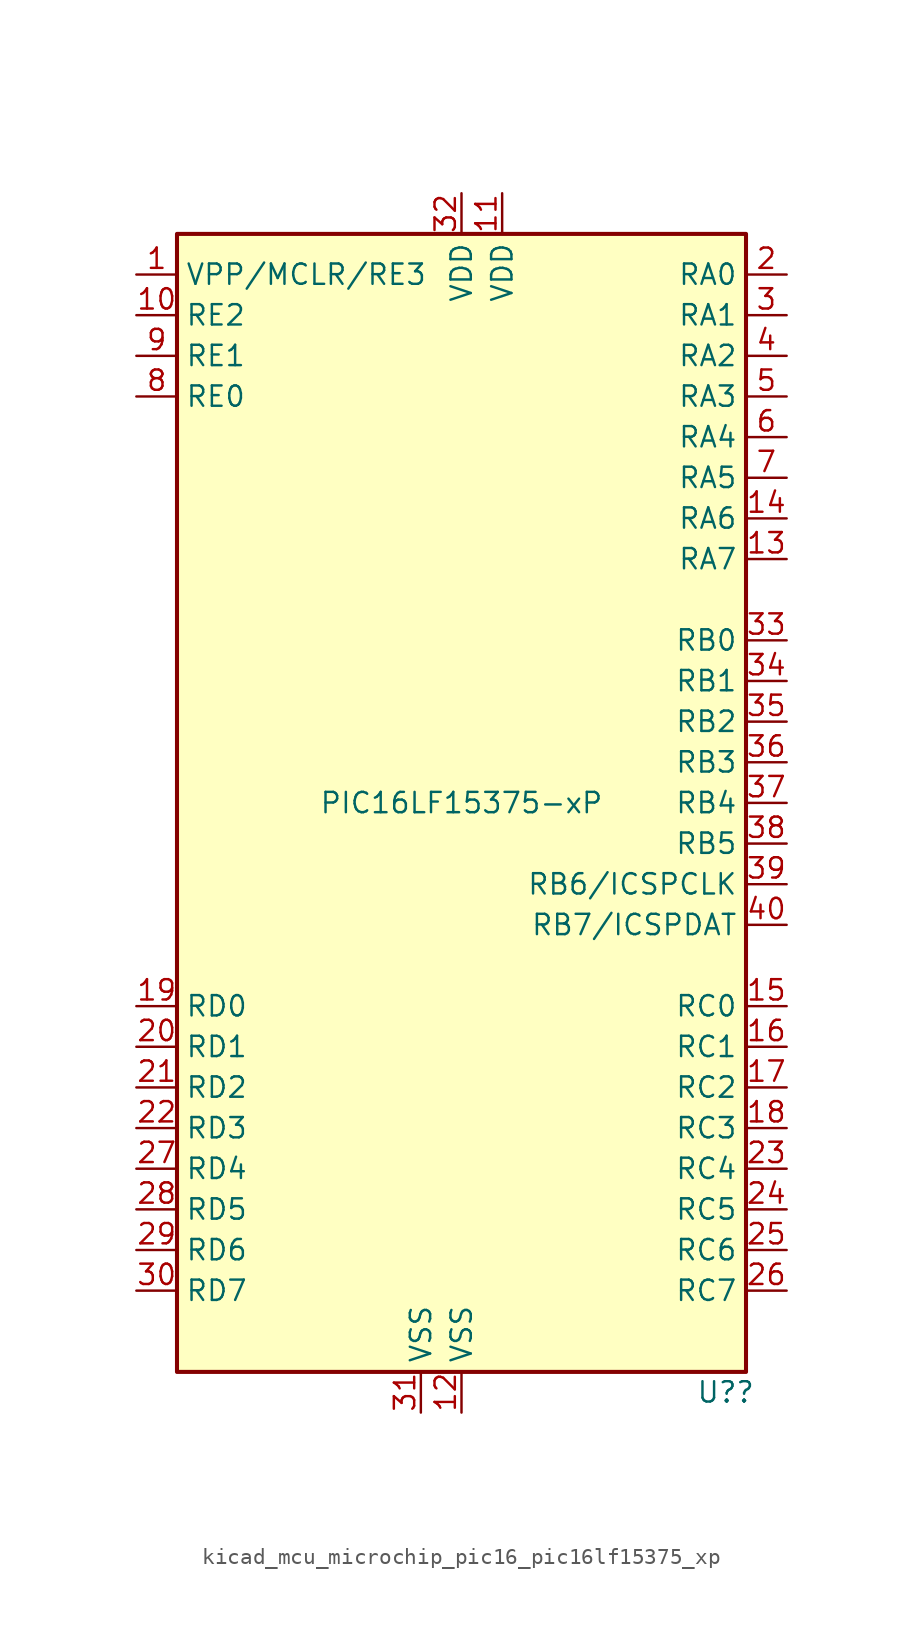
<source format=kicad_sym>
(kicad_symbol_lib
  (version 20220914)
  (generator kicad_symbol_editor)
  (symbol "kicad_mcu_microchip_pic16_pic16lf15375_xp"
    (property "Reference" "U?"
      (at 16.51 -36.83 0)
      (effects (font (size 1.27 1.27))))
    (property "Value" "PIC16LF15375-xP"
      (at 0 0 0)
      (effects (font (size 1.27 1.27))))
    (symbol "kicad_mcu_microchip_pic16_pic16lf15375_xp_0_1"
      (rectangle (start -17.78 35.56) (end 17.78 -35.56) (stroke (width 0.254) (type default)) (fill (type background))))
    (symbol "kicad_mcu_microchip_pic16_pic16lf15375_xp_1_1"
      (pin bidirectional line (at -20.32 33.02 0) (length 2.54) (name "VPP/MCLR/RE3" (effects (font (size 1.27 1.27)))) (number "1" (effects (font (size 1.27 1.27)))))
      (pin bidirectional line (at -20.32 30.48 0) (length 2.54) (name "RE2" (effects (font (size 1.27 1.27)))) (number "10" (effects (font (size 1.27 1.27)))))
      (pin power_in line (at 2.54 38.1 270) (length 2.54) (name "VDD" (effects (font (size 1.27 1.27)))) (number "11" (effects (font (size 1.27 1.27)))))
      (pin power_in line (at 0 -38.1 90) (length 2.54) (name "VSS" (effects (font (size 1.27 1.27)))) (number "12" (effects (font (size 1.27 1.27)))))
      (pin bidirectional line (at 20.32 15.24 180) (length 2.54) (name "RA7" (effects (font (size 1.27 1.27)))) (number "13" (effects (font (size 1.27 1.27)))))
      (pin bidirectional line (at 20.32 17.78 180) (length 2.54) (name "RA6" (effects (font (size 1.27 1.27)))) (number "14" (effects (font (size 1.27 1.27)))))
      (pin bidirectional line (at 20.32 -12.7 180) (length 2.54) (name "RC0" (effects (font (size 1.27 1.27)))) (number "15" (effects (font (size 1.27 1.27)))))
      (pin bidirectional line (at 20.32 -15.24 180) (length 2.54) (name "RC1" (effects (font (size 1.27 1.27)))) (number "16" (effects (font (size 1.27 1.27)))))
      (pin bidirectional line (at 20.32 -17.78 180) (length 2.54) (name "RC2" (effects (font (size 1.27 1.27)))) (number "17" (effects (font (size 1.27 1.27)))))
      (pin bidirectional line (at 20.32 -20.32 180) (length 2.54) (name "RC3" (effects (font (size 1.27 1.27)))) (number "18" (effects (font (size 1.27 1.27)))))
      (pin bidirectional line (at -20.32 -12.7 0) (length 2.54) (name "RD0" (effects (font (size 1.27 1.27)))) (number "19" (effects (font (size 1.27 1.27)))))
      (pin bidirectional line (at 20.32 33.02 180) (length 2.54) (name "RA0" (effects (font (size 1.27 1.27)))) (number "2" (effects (font (size 1.27 1.27)))))
      (pin bidirectional line (at -20.32 -15.24 0) (length 2.54) (name "RD1" (effects (font (size 1.27 1.27)))) (number "20" (effects (font (size 1.27 1.27)))))
      (pin bidirectional line (at -20.32 -17.78 0) (length 2.54) (name "RD2" (effects (font (size 1.27 1.27)))) (number "21" (effects (font (size 1.27 1.27)))))
      (pin bidirectional line (at -20.32 -20.32 0) (length 2.54) (name "RD3" (effects (font (size 1.27 1.27)))) (number "22" (effects (font (size 1.27 1.27)))))
      (pin bidirectional line (at 20.32 -22.86 180) (length 2.54) (name "RC4" (effects (font (size 1.27 1.27)))) (number "23" (effects (font (size 1.27 1.27)))))
      (pin bidirectional line (at 20.32 -25.4 180) (length 2.54) (name "RC5" (effects (font (size 1.27 1.27)))) (number "24" (effects (font (size 1.27 1.27)))))
      (pin bidirectional line (at 20.32 -27.94 180) (length 2.54) (name "RC6" (effects (font (size 1.27 1.27)))) (number "25" (effects (font (size 1.27 1.27)))))
      (pin bidirectional line (at 20.32 -30.48 180) (length 2.54) (name "RC7" (effects (font (size 1.27 1.27)))) (number "26" (effects (font (size 1.27 1.27)))))
      (pin bidirectional line (at -20.32 -22.86 0) (length 2.54) (name "RD4" (effects (font (size 1.27 1.27)))) (number "27" (effects (font (size 1.27 1.27)))))
      (pin bidirectional line (at -20.32 -25.4 0) (length 2.54) (name "RD5" (effects (font (size 1.27 1.27)))) (number "28" (effects (font (size 1.27 1.27)))))
      (pin bidirectional line (at -20.32 -27.94 0) (length 2.54) (name "RD6" (effects (font (size 1.27 1.27)))) (number "29" (effects (font (size 1.27 1.27)))))
      (pin bidirectional line (at 20.32 30.48 180) (length 2.54) (name "RA1" (effects (font (size 1.27 1.27)))) (number "3" (effects (font (size 1.27 1.27)))))
      (pin bidirectional line (at -20.32 -30.48 0) (length 2.54) (name "RD7" (effects (font (size 1.27 1.27)))) (number "30" (effects (font (size 1.27 1.27)))))
      (pin power_in line (at -2.54 -38.1 90) (length 2.54) (name "VSS" (effects (font (size 1.27 1.27)))) (number "31" (effects (font (size 1.27 1.27)))))
      (pin power_in line (at 0 38.1 270) (length 2.54) (name "VDD" (effects (font (size 1.27 1.27)))) (number "32" (effects (font (size 1.27 1.27)))))
      (pin bidirectional line (at 20.32 10.16 180) (length 2.54) (name "RB0" (effects (font (size 1.27 1.27)))) (number "33" (effects (font (size 1.27 1.27)))))
      (pin bidirectional line (at 20.32 7.62 180) (length 2.54) (name "RB1" (effects (font (size 1.27 1.27)))) (number "34" (effects (font (size 1.27 1.27)))))
      (pin bidirectional line (at 20.32 5.08 180) (length 2.54) (name "RB2" (effects (font (size 1.27 1.27)))) (number "35" (effects (font (size 1.27 1.27)))))
      (pin bidirectional line (at 20.32 2.54 180) (length 2.54) (name "RB3" (effects (font (size 1.27 1.27)))) (number "36" (effects (font (size 1.27 1.27)))))
      (pin bidirectional line (at 20.32 0 180) (length 2.54) (name "RB4" (effects (font (size 1.27 1.27)))) (number "37" (effects (font (size 1.27 1.27)))))
      (pin bidirectional line (at 20.32 -2.54 180) (length 2.54) (name "RB5" (effects (font (size 1.27 1.27)))) (number "38" (effects (font (size 1.27 1.27)))))
      (pin bidirectional line (at 20.32 -5.08 180) (length 2.54) (name "RB6/ICSPCLK" (effects (font (size 1.27 1.27)))) (number "39" (effects (font (size 1.27 1.27)))))
      (pin bidirectional line (at 20.32 27.94 180) (length 2.54) (name "RA2" (effects (font (size 1.27 1.27)))) (number "4" (effects (font (size 1.27 1.27)))))
      (pin bidirectional line (at 20.32 -7.62 180) (length 2.54) (name "RB7/ICSPDAT" (effects (font (size 1.27 1.27)))) (number "40" (effects (font (size 1.27 1.27)))))
      (pin bidirectional line (at 20.32 25.4 180) (length 2.54) (name "RA3" (effects (font (size 1.27 1.27)))) (number "5" (effects (font (size 1.27 1.27)))))
      (pin bidirectional line (at 20.32 22.86 180) (length 2.54) (name "RA4" (effects (font (size 1.27 1.27)))) (number "6" (effects (font (size 1.27 1.27)))))
      (pin bidirectional line (at 20.32 20.32 180) (length 2.54) (name "RA5" (effects (font (size 1.27 1.27)))) (number "7" (effects (font (size 1.27 1.27)))))
      (pin bidirectional line (at -20.32 25.4 0) (length 2.54) (name "RE0" (effects (font (size 1.27 1.27)))) (number "8" (effects (font (size 1.27 1.27)))))
      (pin bidirectional line (at -20.32 27.94 0) (length 2.54) (name "RE1" (effects (font (size 1.27 1.27)))) (number "9" (effects (font (size 1.27 1.27))))))))
</source>
